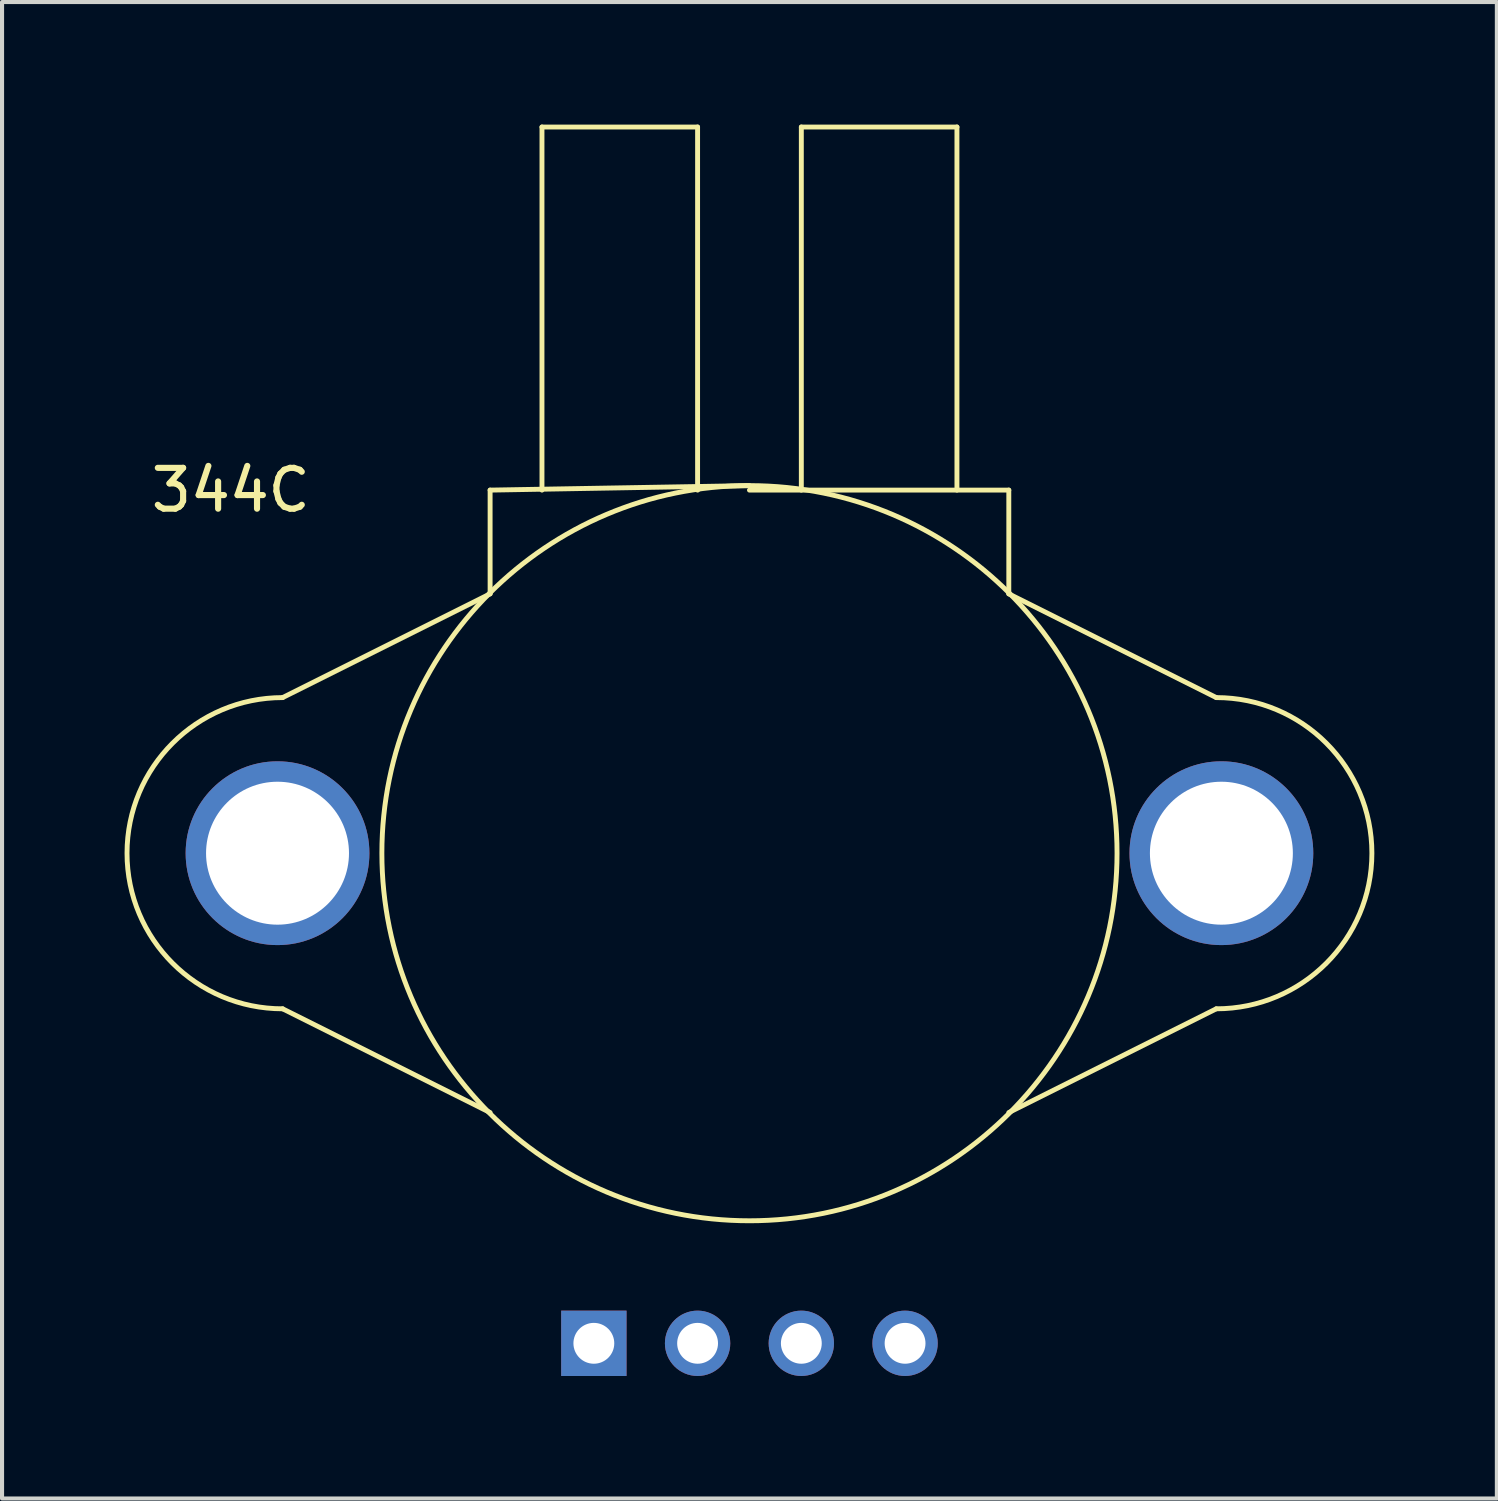
<source format=kicad_pcb>
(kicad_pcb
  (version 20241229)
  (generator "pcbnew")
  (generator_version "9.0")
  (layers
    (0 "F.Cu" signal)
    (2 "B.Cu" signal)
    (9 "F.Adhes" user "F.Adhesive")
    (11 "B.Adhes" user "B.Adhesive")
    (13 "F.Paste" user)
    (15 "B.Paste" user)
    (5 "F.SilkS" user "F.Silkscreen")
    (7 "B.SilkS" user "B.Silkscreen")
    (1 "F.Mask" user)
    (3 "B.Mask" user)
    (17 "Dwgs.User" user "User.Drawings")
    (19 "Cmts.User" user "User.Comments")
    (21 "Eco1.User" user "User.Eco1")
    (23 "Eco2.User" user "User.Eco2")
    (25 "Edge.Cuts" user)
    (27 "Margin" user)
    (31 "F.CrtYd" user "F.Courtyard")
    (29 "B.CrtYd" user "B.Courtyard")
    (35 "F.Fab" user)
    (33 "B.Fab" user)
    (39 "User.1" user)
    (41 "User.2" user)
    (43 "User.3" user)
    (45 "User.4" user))
  (footprint "344C"
    (layer "F.Cu")
    (at 15.3 17.84)
    (property "Reference" "344C" (at -12.7 -8.89 0) (layer "F.SilkS") (effects (font (size 1 1) (thickness 0.15))))
    (attr through_hole)
    (fp_line (start -11.43 -3.81) (end -6.35 -6.35) (stroke (width 0.12) (type solid)) (layer "F.SilkS"))
    (fp_line (start -11.43 3.81) (end -6.35 6.35) (stroke (width 0.12) (type solid)) (layer "F.SilkS"))
    (fp_line (start -6.35 -8.89) (end -6.35 -6.35) (stroke (width 0.12) (type solid)) (layer "F.SilkS"))
    (fp_line (start -5.08 -17.78) (end -1.27 -17.78) (stroke (width 0.12) (type solid)) (layer "F.SilkS"))
    (fp_line (start -5.08 -8.89) (end -5.08 -17.78) (stroke (width 0.12) (type solid)) (layer "F.SilkS"))
    (fp_line (start -1.27 -17.78) (end -1.27 -8.89) (stroke (width 0.12) (type solid)) (layer "F.SilkS"))
    (fp_line (start 0 -9) (end -6.35 -8.89) (stroke (width 0.12) (type solid)) (layer "F.SilkS"))
    (fp_line (start 0 -8.89) (end 6.35 -8.89) (stroke (width 0.12) (type solid)) (layer "F.SilkS"))
    (fp_line (start 1.27 -17.78) (end 1.27 -8.89) (stroke (width 0.12) (type solid)) (layer "F.SilkS"))
    (fp_line (start 5.08 -17.78) (end 1.27 -17.78) (stroke (width 0.12) (type solid)) (layer "F.SilkS"))
    (fp_line (start 5.08 -8.89) (end 5.08 -17.78) (stroke (width 0.12) (type solid)) (layer "F.SilkS"))
    (fp_line (start 6.35 -8.89) (end 6.35 -6.35) (stroke (width 0.12) (type solid)) (layer "F.SilkS"))
    (fp_line (start 11.43 -3.81) (end 6.35 -6.35) (stroke (width 0.12) (type solid)) (layer "F.SilkS"))
    (fp_line (start 11.43 3.81) (end 6.35 6.35) (stroke (width 0.12) (type solid)) (layer "F.SilkS"))
    (fp_arc (start -11.43 3.81) (mid -15.24 0) (end -11.43 -3.81) (stroke (width 0.12) (type solid)) (layer "F.SilkS"))
    (fp_arc (start 11.43 -3.81) (mid 15.24 0) (end 11.43 3.81) (stroke (width 0.12) (type solid)) (layer "F.SilkS"))
    (fp_circle (center 0 0) (end 9 0) (stroke (width 0.12) (type solid)) (fill no) (layer "F.SilkS"))
    (pad "1" thru_hole rect (at -3.81 12) (size 1.6 1.6) (drill 1) (layers "*.Cu" "*.Mask"))
    (pad "2" thru_hole circle (at -1.27 12) (size 1.6 1.6) (drill 1) (layers "*.Cu" "*.Mask"))
    (pad "3" thru_hole circle (at 1.27 12) (size 1.6 1.6) (drill 1) (layers "*.Cu" "*.Mask"))
    (pad "4" thru_hole circle (at 3.81 12) (size 1.6 1.6) (drill 1) (layers "*.Cu" "*.Mask"))
    (pad "M1" thru_hole circle (at -11.555 0) (size 4.5 4.5) (drill 3.5) (layers "*.Cu" "*.Mask"))
    (pad "M2" thru_hole circle (at 11.555 0) (size 4.5 4.5) (drill 3.5) (layers "*.Cu" "*.Mask")))
  (gr_rect
    (start -3 -3)
    (end 33.6 33.64)
    (stroke (width 0.1) (type default))
    (fill no)
    (layer "Edge.Cuts")))
</source>
